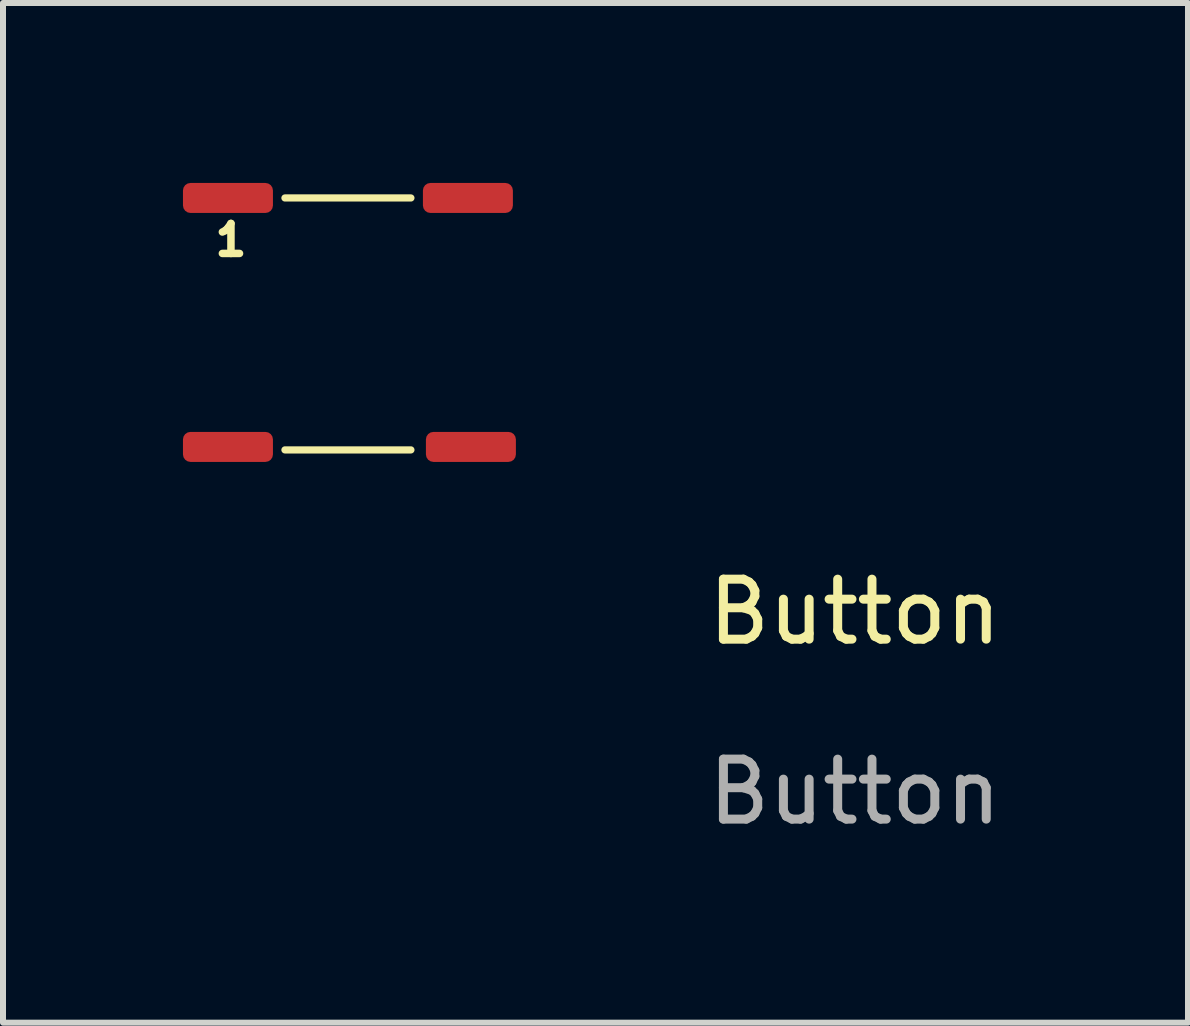
<source format=kicad_pcb>
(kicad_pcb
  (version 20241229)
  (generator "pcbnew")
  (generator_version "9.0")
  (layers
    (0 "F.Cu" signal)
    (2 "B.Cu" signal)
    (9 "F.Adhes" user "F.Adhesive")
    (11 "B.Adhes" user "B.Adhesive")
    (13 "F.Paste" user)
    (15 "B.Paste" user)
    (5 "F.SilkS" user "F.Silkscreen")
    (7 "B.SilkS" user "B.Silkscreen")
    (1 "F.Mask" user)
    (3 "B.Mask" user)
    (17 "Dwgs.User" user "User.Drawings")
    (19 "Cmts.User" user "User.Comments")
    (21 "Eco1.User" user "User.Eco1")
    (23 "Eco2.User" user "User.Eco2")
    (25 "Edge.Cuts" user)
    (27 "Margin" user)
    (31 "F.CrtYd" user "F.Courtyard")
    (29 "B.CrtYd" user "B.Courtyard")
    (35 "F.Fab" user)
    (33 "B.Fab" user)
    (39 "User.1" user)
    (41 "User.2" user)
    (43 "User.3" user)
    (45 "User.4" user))
  (footprint "Button"
    (layer "F.Cu")
    (at 11.2 7.65)
    (property "Reference" "Button" (at 0 -0.5 0) (unlocked yes) (layer "F.SilkS") (effects (font (size 1 1) (thickness 0.15))))
    (attr smd)
    (fp_line (start -9.5 -7.4) (end -7.4 -7.4) (stroke (width 0.12) (type solid)) (layer "F.SilkS"))
    (fp_line (start -9.5 -3.2) (end -7.4 -3.2) (stroke (width 0.12) (type solid)) (layer "F.SilkS"))
    (fp_text user "1" (at -10.4 -6.7 0) (unlocked yes) (layer "F.SilkS") (effects (font (size 0.5 0.5) (thickness 0.125))))
    (fp_text user "${REFERENCE}" (at 0 2.5 0) (unlocked yes) (layer "F.Fab") (effects (font (size 1 1) (thickness 0.15))))
    (pad "1" smd roundrect (at -10.45 -7.4) (size 1.5 0.5) (layers "F.Cu" "F.Mask" "F.Paste") (roundrect_rratio 0.25))
    (pad "1" smd roundrect (at -6.45 -7.4) (size 1.5 0.5) (layers "F.Cu" "F.Mask" "F.Paste") (roundrect_rratio 0.25))
    (pad "2" smd roundrect (at -10.45 -3.25) (size 1.5 0.5) (layers "F.Cu" "F.Mask" "F.Paste") (roundrect_rratio 0.25))
    (pad "2" smd roundrect (at -6.4 -3.25) (size 1.5 0.5) (layers "F.Cu" "F.Mask" "F.Paste") (roundrect_rratio 0.25)))
  (gr_rect
    (start -3 -3)
    (end 16.754 13.998)
    (stroke (width 0.1) (type default))
    (fill no)
    (layer "Edge.Cuts")))
</source>
